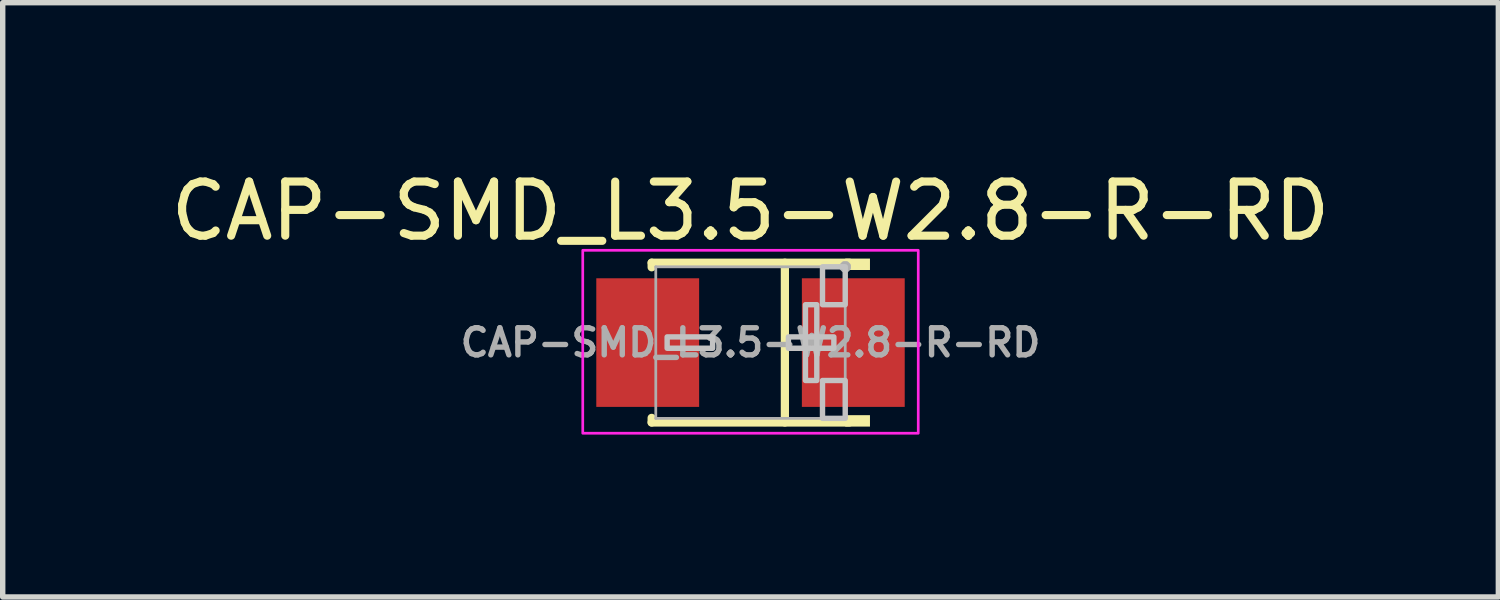
<source format=kicad_pcb>
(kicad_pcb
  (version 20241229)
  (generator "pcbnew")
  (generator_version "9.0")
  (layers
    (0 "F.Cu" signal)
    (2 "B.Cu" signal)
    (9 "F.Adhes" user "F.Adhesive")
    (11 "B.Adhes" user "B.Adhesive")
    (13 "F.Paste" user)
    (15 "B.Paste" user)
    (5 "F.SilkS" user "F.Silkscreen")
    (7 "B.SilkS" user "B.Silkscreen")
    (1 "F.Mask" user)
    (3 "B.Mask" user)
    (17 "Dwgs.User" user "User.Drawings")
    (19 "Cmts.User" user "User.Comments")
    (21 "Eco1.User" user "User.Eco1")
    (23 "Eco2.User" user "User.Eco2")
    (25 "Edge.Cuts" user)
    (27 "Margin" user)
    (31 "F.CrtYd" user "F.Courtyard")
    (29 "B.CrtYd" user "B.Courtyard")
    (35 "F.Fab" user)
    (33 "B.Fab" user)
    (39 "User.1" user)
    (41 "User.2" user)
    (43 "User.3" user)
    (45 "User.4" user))
  (footprint "CAP-SMD_L3.5-W2.8-R-RD"
    (layer "F.Cu")
    (at 10.815 3.279)
    (property "Reference" "CAP-SMD_L3.5-W2.8-R-RD" (at 0 -2.43 0) (layer "F.SilkS") (effects (font (size 1 1) (thickness 0.15))))
    (fp_line (start -1.826 -1.476) (end -1.826 -1.391) (stroke (width 0.152) (type default)) (layer "F.SilkS"))
    (fp_line (start -1.826 -1.476) (end 1.826 -1.476) (stroke (width 0.152) (type default)) (layer "F.SilkS"))
    (fp_line (start -1.826 1.476) (end -1.826 1.391) (stroke (width 0.152) (type default)) (layer "F.SilkS"))
    (fp_line (start -1.826 1.476) (end 1.826 1.476) (stroke (width 0.152) (type default)) (layer "F.SilkS"))
    (fp_line (start 0.635 -1.476) (end 0.635 1.476) (stroke (width 0.152) (type default)) (layer "F.SilkS"))
    (fp_poly (pts (xy 1.75 -1.552) (xy 1.75 -1.341) (xy 2.207 -1.341) (xy 2.207 -1.552)) (stroke (width 0) (type default)) (fill yes) (layer "F.SilkS"))
    (fp_poly (pts (xy 1.75 1.552) (xy 1.75 1.341) (xy 2.207 1.341) (xy 2.207 1.552)) (stroke (width 0) (type default)) (fill yes) (layer "F.SilkS"))
    (fp_poly (pts (xy -1.54 0.105) (xy -1.54 -0.105) (xy -0.7 -0.105) (xy -0.7 0.105)) (stroke (width 0.1) (type default)) (fill no) (layer "Dwgs.User"))
    (fp_poly (pts (xy 1.225 0.7) (xy 1.225 -0.7) (xy 1.015 -0.7) (xy 1.015 0.7)) (stroke (width 0.1) (type default)) (fill no) (layer "Dwgs.User"))
    (fp_poly (pts (xy 1.54 0.105) (xy 1.54 -0.105) (xy 0.7 -0.105) (xy 0.7 0.105)) (stroke (width 0.1) (type default)) (fill no) (layer "Dwgs.User"))
    (fp_poly (pts (xy 1.75 -1.4) (xy 1.75 -0.7) (xy 1.33 -0.7) (xy 1.33 -1.4)) (stroke (width 0.1) (type default)) (fill no) (layer "Dwgs.User"))
    (fp_poly (pts (xy 1.75 1.4) (xy 1.75 0.7) (xy 1.33 0.7) (xy 1.33 1.4)) (stroke (width 0.1) (type default)) (fill no) (layer "Dwgs.User"))
    (fp_rect (start -3.099 -1.705) (end 3.099 1.675) (stroke (width 0.05) (type default)) (fill no) (layer "F.CrtYd"))
    (fp_line (start -1.75 -1.4) (end 1.75 -1.4) (stroke (width 0.051) (type default)) (layer "F.Fab"))
    (fp_line (start -1.75 1.4) (end -1.75 -1.4) (stroke (width 0.051) (type default)) (layer "F.Fab"))
    (fp_line (start 1.75 -1.4) (end 1.75 1.4) (stroke (width 0.051) (type default)) (layer "F.Fab"))
    (fp_line (start 1.75 1.4) (end -1.75 1.4) (stroke (width 0.051) (type default)) (layer "F.Fab"))
    (fp_poly (pts (xy 1.805 -1.423) (xy 1.773 -1.455) (xy 1.727 -1.455) (xy 1.695 -1.423) (xy 1.695 -1.377) (xy 1.727 -1.345) (xy 1.773 -1.345) (xy 1.805 -1.377)) (stroke (width 0.1) (type default)) (fill no) (layer "F.Fab"))
    (fp_poly (pts (xy -1.75 1.1) (xy -1.75 -1.1) (xy -1.05 -1.1) (xy -1.05 1.1)) (stroke (width 0.1) (type default)) (fill no) (layer "User.1"))
    (fp_poly (pts (xy 1.75 1.1) (xy 1.75 -1.1) (xy 1.05 -1.1) (xy 1.05 1.1)) (stroke (width 0.1) (type default)) (fill no) (layer "User.1"))
    (fp_text user "${REFERENCE}" (at 0 0 0) (layer "F.Fab") (effects (font (size 0.5 0.5) (thickness 0.1))))
    (pad "1" smd rect (at 1.899 0) (size 1.9 2.376) (layers "F.Cu" "F.Mask" "F.Paste"))
    (pad "2" smd rect (at -1.899 0) (size 1.9 2.376) (layers "F.Cu" "F.Mask" "F.Paste")))
  (gr_rect
    (start -3 -3)
    (end 24.631 7.979)
    (stroke (width 0.1) (type default))
    (fill no)
    (layer "Edge.Cuts")))
</source>
